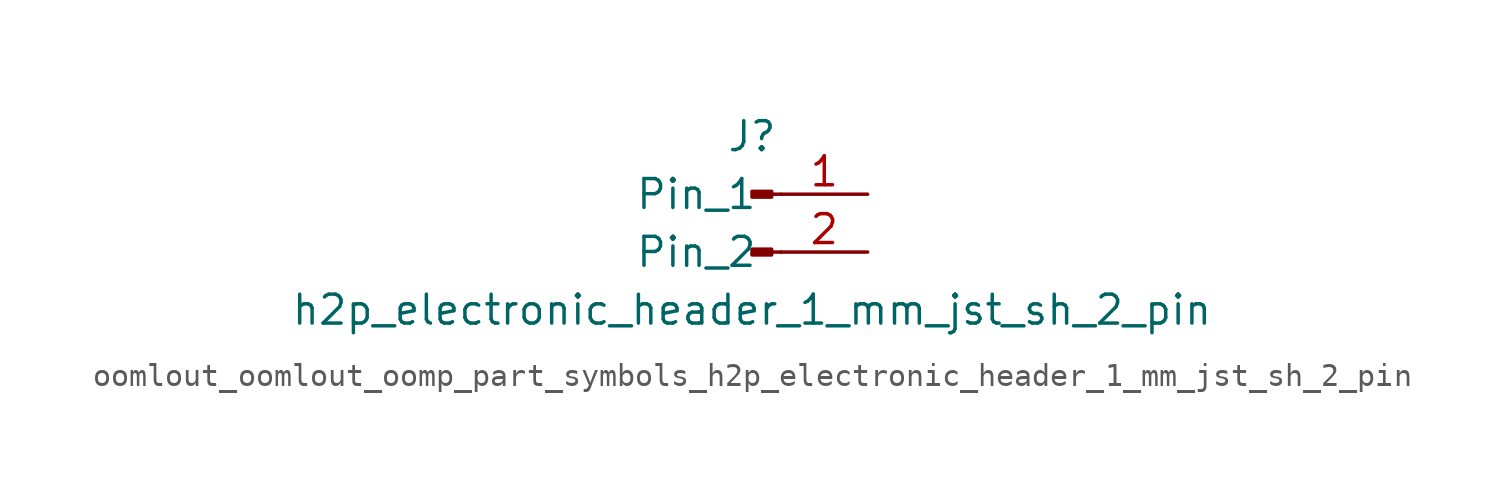
<source format=kicad_sym>
(kicad_symbol_lib
  (version 20220914)
  (generator kicad_symbol_editor)
  (symbol "oomlout_oomlout_oomp_part_symbols_h2p_electronic_header_1_mm_jst_sh_2_pin"
    (pin_names
      (offset 1.016))
    (property "Reference" "J"
      (at 0 2.54 0)
      (effects (font (size 1.27 1.27))))
    (property "Value" "h2p_electronic_header_1_mm_jst_sh_2_pin"
      (at 0 -5.08 0)
      (effects (font (size 1.27 1.27))))
    (property "ki_locked" ""
      (at 0 0 0)
      (effects (font (size 1.27 1.27))))
    (symbol "oomlout_oomlout_oomp_part_symbols_h2p_electronic_header_1_mm_jst_sh_2_pin_1_1"
      (polyline (pts (xy 1.27 -2.54) (xy 0.864 -2.54)) (stroke (width 0.152) (type default)) (fill (type none)))
      (polyline (pts (xy 1.27 0) (xy 0.864 0)) (stroke (width 0.152) (type default)) (fill (type none)))
      (rectangle (start 0.864 -2.413) (end 0 -2.667) (stroke (width 0.152) (type default)) (fill (type outline)))
      (rectangle (start 0.864 0.127) (end 0 -0.127) (stroke (width 0.152) (type default)) (fill (type outline)))
      (pin passive line (at 5.08 0 180) (length 3.81) (name "Pin_1" (effects (font (size 1.27 1.27)))) (number "1" (effects (font (size 1.27 1.27)))))
      (pin passive line (at 5.08 -2.54 180) (length 3.81) (name "Pin_2" (effects (font (size 1.27 1.27)))) (number "2" (effects (font (size 1.27 1.27))))))))
</source>
